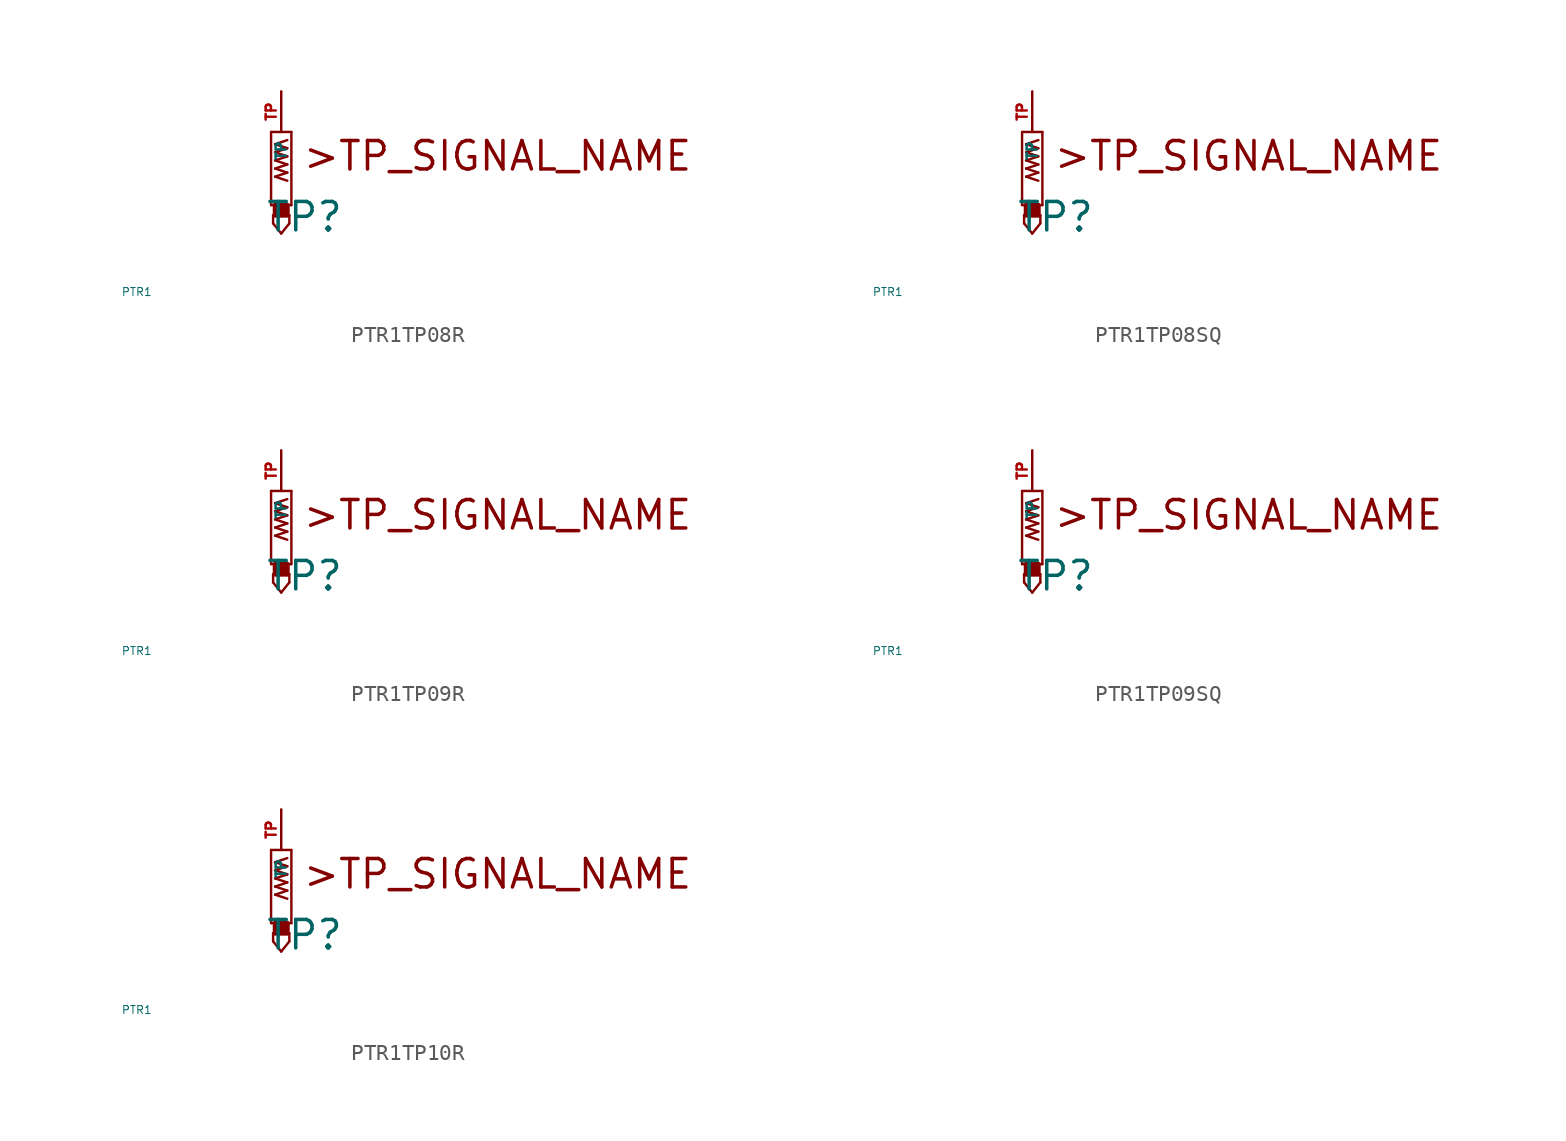
<source format=kicad_sym>
(kicad_symbol_lib
  (version 20220914)
  (generator Eagle2Kicad)
  (symbol "PTR1TP08R"
    (property "Reference" "TP"
      (at -1.016 -6.35 0)
      (effects (font (size 1.778 1.778) (thickness 0.22)) (justify left bottom)))
    (property "Value" "PTR1"
      (at -10 -10 0)
      (effects (font (size 0.5 0.5) (thickness 0.06)) (justify left)))
    (polyline
      (pts (xy 0.635 -4.572) (xy -0.635 -4.572))
      (stroke (width 0.152) (type default))
      (fill (type none)))
    (polyline
      (pts (xy 0.635 -4.572) (xy 0.635 0))
      (stroke (width 0.152) (type default))
      (fill (type none)))
    (polyline
      (pts (xy 0.635 0) (xy -0.635 0))
      (stroke (width 0.152) (type default))
      (fill (type none)))
    (polyline
      (pts (xy -0.635 0) (xy -0.635 -4.572))
      (stroke (width 0.152) (type default))
      (fill (type none)))
    (polyline
      (pts (xy 0.381 -3.048) (xy -0.381 -2.794))
      (stroke (width 0.152) (type default))
      (fill (type none)))
    (polyline
      (pts (xy -0.381 -2.794) (xy 0.381 -2.54))
      (stroke (width 0.152) (type default))
      (fill (type none)))
    (polyline
      (pts (xy 0.381 -2.54) (xy -0.381 -2.286))
      (stroke (width 0.152) (type default))
      (fill (type none)))
    (polyline
      (pts (xy -0.381 -2.286) (xy 0.381 -2.032))
      (stroke (width 0.152) (type default))
      (fill (type none)))
    (polyline
      (pts (xy 0.381 -2.032) (xy -0.381 -1.778))
      (stroke (width 0.152) (type default))
      (fill (type none)))
    (polyline
      (pts (xy -0.381 -1.778) (xy 0.381 -1.524))
      (stroke (width 0.152) (type default))
      (fill (type none)))
    (polyline
      (pts (xy 0.381 -1.524) (xy -0.381 -1.27))
      (stroke (width 0.152) (type default))
      (fill (type none)))
    (polyline
      (pts (xy -0.381 -1.27) (xy 0.381 -1.016))
      (stroke (width 0.152) (type default))
      (fill (type none)))
    (polyline
      (pts (xy 0.381 -1.016) (xy -0.381 -0.762))
      (stroke (width 0.152) (type default))
      (fill (type none)))
    (polyline
      (pts (xy -0.381 -0.762) (xy 0.381 -0.508))
      (stroke (width 0.152) (type default))
      (fill (type none)))
    (polyline
      (pts (xy 0.508 -5.207) (xy -0.508 -5.207))
      (stroke (width 0.152) (type default))
      (fill (type none)))
    (polyline
      (pts (xy -0.508 -5.207) (xy -0.508 -5.715))
      (stroke (width 0.152) (type default))
      (fill (type none)))
    (polyline
      (pts (xy -0.508 -5.715) (xy 0 -6.35))
      (stroke (width 0.152) (type default))
      (fill (type none)))
    (polyline
      (pts (xy 0 -6.35) (xy 0.508 -5.715))
      (stroke (width 0.152) (type default))
      (fill (type none)))
    (polyline
      (pts (xy 0.508 -5.715) (xy 0.508 -5.207))
      (stroke (width 0.152) (type default))
      (fill (type none)))
    (text ">TP_SIGNAL_NAME"
      (at 1.27 -2.54 0)
      (effects (font (size 1.778 1.778) (thickness 0.22)) (justify left bottom)))
    (rectangle
      (start -0.381 -5.207)
      (end 0.381 -4.572)
      (stroke (width 0.3) (type default))
      (fill (type outline)))
    (pin input line
      (at 0 2.54 270)
      (length 2.54)
      (name "TP" (effects (font (size 0.635 0.635) (thickness 0.08)) (justify left bottom)))
      (number "TP" (effects (font (size 0.635 0.635) (thickness 0.08)) (justify left bottom)))))
  (symbol "PTR1TP08SQ"
    (property "Reference" "TP"
      (at -1.016 -6.35 0)
      (effects (font (size 1.778 1.778) (thickness 0.22)) (justify left bottom)))
    (property "Value" "PTR1"
      (at -10 -10 0)
      (effects (font (size 0.5 0.5) (thickness 0.06)) (justify left)))
    (polyline
      (pts (xy 0.635 -4.572) (xy -0.635 -4.572))
      (stroke (width 0.152) (type default))
      (fill (type none)))
    (polyline
      (pts (xy 0.635 -4.572) (xy 0.635 0))
      (stroke (width 0.152) (type default))
      (fill (type none)))
    (polyline
      (pts (xy 0.635 0) (xy -0.635 0))
      (stroke (width 0.152) (type default))
      (fill (type none)))
    (polyline
      (pts (xy -0.635 0) (xy -0.635 -4.572))
      (stroke (width 0.152) (type default))
      (fill (type none)))
    (polyline
      (pts (xy 0.381 -3.048) (xy -0.381 -2.794))
      (stroke (width 0.152) (type default))
      (fill (type none)))
    (polyline
      (pts (xy -0.381 -2.794) (xy 0.381 -2.54))
      (stroke (width 0.152) (type default))
      (fill (type none)))
    (polyline
      (pts (xy 0.381 -2.54) (xy -0.381 -2.286))
      (stroke (width 0.152) (type default))
      (fill (type none)))
    (polyline
      (pts (xy -0.381 -2.286) (xy 0.381 -2.032))
      (stroke (width 0.152) (type default))
      (fill (type none)))
    (polyline
      (pts (xy 0.381 -2.032) (xy -0.381 -1.778))
      (stroke (width 0.152) (type default))
      (fill (type none)))
    (polyline
      (pts (xy -0.381 -1.778) (xy 0.381 -1.524))
      (stroke (width 0.152) (type default))
      (fill (type none)))
    (polyline
      (pts (xy 0.381 -1.524) (xy -0.381 -1.27))
      (stroke (width 0.152) (type default))
      (fill (type none)))
    (polyline
      (pts (xy -0.381 -1.27) (xy 0.381 -1.016))
      (stroke (width 0.152) (type default))
      (fill (type none)))
    (polyline
      (pts (xy 0.381 -1.016) (xy -0.381 -0.762))
      (stroke (width 0.152) (type default))
      (fill (type none)))
    (polyline
      (pts (xy -0.381 -0.762) (xy 0.381 -0.508))
      (stroke (width 0.152) (type default))
      (fill (type none)))
    (polyline
      (pts (xy 0.508 -5.207) (xy -0.508 -5.207))
      (stroke (width 0.152) (type default))
      (fill (type none)))
    (polyline
      (pts (xy -0.508 -5.207) (xy -0.508 -5.715))
      (stroke (width 0.152) (type default))
      (fill (type none)))
    (polyline
      (pts (xy -0.508 -5.715) (xy 0 -6.35))
      (stroke (width 0.152) (type default))
      (fill (type none)))
    (polyline
      (pts (xy 0 -6.35) (xy 0.508 -5.715))
      (stroke (width 0.152) (type default))
      (fill (type none)))
    (polyline
      (pts (xy 0.508 -5.715) (xy 0.508 -5.207))
      (stroke (width 0.152) (type default))
      (fill (type none)))
    (text ">TP_SIGNAL_NAME"
      (at 1.27 -2.54 0)
      (effects (font (size 1.778 1.778) (thickness 0.22)) (justify left bottom)))
    (rectangle
      (start -0.381 -5.207)
      (end 0.381 -4.572)
      (stroke (width 0.3) (type default))
      (fill (type outline)))
    (pin input line
      (at 0 2.54 270)
      (length 2.54)
      (name "TP" (effects (font (size 0.635 0.635) (thickness 0.08)) (justify left bottom)))
      (number "TP" (effects (font (size 0.635 0.635) (thickness 0.08)) (justify left bottom)))))
  (symbol "PTR1TP09R"
    (property "Reference" "TP"
      (at -1.016 -6.35 0)
      (effects (font (size 1.778 1.778) (thickness 0.22)) (justify left bottom)))
    (property "Value" "PTR1"
      (at -10 -10 0)
      (effects (font (size 0.5 0.5) (thickness 0.06)) (justify left)))
    (polyline
      (pts (xy 0.635 -4.572) (xy -0.635 -4.572))
      (stroke (width 0.152) (type default))
      (fill (type none)))
    (polyline
      (pts (xy 0.635 -4.572) (xy 0.635 0))
      (stroke (width 0.152) (type default))
      (fill (type none)))
    (polyline
      (pts (xy 0.635 0) (xy -0.635 0))
      (stroke (width 0.152) (type default))
      (fill (type none)))
    (polyline
      (pts (xy -0.635 0) (xy -0.635 -4.572))
      (stroke (width 0.152) (type default))
      (fill (type none)))
    (polyline
      (pts (xy 0.381 -3.048) (xy -0.381 -2.794))
      (stroke (width 0.152) (type default))
      (fill (type none)))
    (polyline
      (pts (xy -0.381 -2.794) (xy 0.381 -2.54))
      (stroke (width 0.152) (type default))
      (fill (type none)))
    (polyline
      (pts (xy 0.381 -2.54) (xy -0.381 -2.286))
      (stroke (width 0.152) (type default))
      (fill (type none)))
    (polyline
      (pts (xy -0.381 -2.286) (xy 0.381 -2.032))
      (stroke (width 0.152) (type default))
      (fill (type none)))
    (polyline
      (pts (xy 0.381 -2.032) (xy -0.381 -1.778))
      (stroke (width 0.152) (type default))
      (fill (type none)))
    (polyline
      (pts (xy -0.381 -1.778) (xy 0.381 -1.524))
      (stroke (width 0.152) (type default))
      (fill (type none)))
    (polyline
      (pts (xy 0.381 -1.524) (xy -0.381 -1.27))
      (stroke (width 0.152) (type default))
      (fill (type none)))
    (polyline
      (pts (xy -0.381 -1.27) (xy 0.381 -1.016))
      (stroke (width 0.152) (type default))
      (fill (type none)))
    (polyline
      (pts (xy 0.381 -1.016) (xy -0.381 -0.762))
      (stroke (width 0.152) (type default))
      (fill (type none)))
    (polyline
      (pts (xy -0.381 -0.762) (xy 0.381 -0.508))
      (stroke (width 0.152) (type default))
      (fill (type none)))
    (polyline
      (pts (xy 0.508 -5.207) (xy -0.508 -5.207))
      (stroke (width 0.152) (type default))
      (fill (type none)))
    (polyline
      (pts (xy -0.508 -5.207) (xy -0.508 -5.715))
      (stroke (width 0.152) (type default))
      (fill (type none)))
    (polyline
      (pts (xy -0.508 -5.715) (xy 0 -6.35))
      (stroke (width 0.152) (type default))
      (fill (type none)))
    (polyline
      (pts (xy 0 -6.35) (xy 0.508 -5.715))
      (stroke (width 0.152) (type default))
      (fill (type none)))
    (polyline
      (pts (xy 0.508 -5.715) (xy 0.508 -5.207))
      (stroke (width 0.152) (type default))
      (fill (type none)))
    (text ">TP_SIGNAL_NAME"
      (at 1.27 -2.54 0)
      (effects (font (size 1.778 1.778) (thickness 0.22)) (justify left bottom)))
    (rectangle
      (start -0.381 -5.207)
      (end 0.381 -4.572)
      (stroke (width 0.3) (type default))
      (fill (type outline)))
    (pin input line
      (at 0 2.54 270)
      (length 2.54)
      (name "TP" (effects (font (size 0.635 0.635) (thickness 0.08)) (justify left bottom)))
      (number "TP" (effects (font (size 0.635 0.635) (thickness 0.08)) (justify left bottom)))))
  (symbol "PTR1TP09SQ"
    (property "Reference" "TP"
      (at -1.016 -6.35 0)
      (effects (font (size 1.778 1.778) (thickness 0.22)) (justify left bottom)))
    (property "Value" "PTR1"
      (at -10 -10 0)
      (effects (font (size 0.5 0.5) (thickness 0.06)) (justify left)))
    (polyline
      (pts (xy 0.635 -4.572) (xy -0.635 -4.572))
      (stroke (width 0.152) (type default))
      (fill (type none)))
    (polyline
      (pts (xy 0.635 -4.572) (xy 0.635 0))
      (stroke (width 0.152) (type default))
      (fill (type none)))
    (polyline
      (pts (xy 0.635 0) (xy -0.635 0))
      (stroke (width 0.152) (type default))
      (fill (type none)))
    (polyline
      (pts (xy -0.635 0) (xy -0.635 -4.572))
      (stroke (width 0.152) (type default))
      (fill (type none)))
    (polyline
      (pts (xy 0.381 -3.048) (xy -0.381 -2.794))
      (stroke (width 0.152) (type default))
      (fill (type none)))
    (polyline
      (pts (xy -0.381 -2.794) (xy 0.381 -2.54))
      (stroke (width 0.152) (type default))
      (fill (type none)))
    (polyline
      (pts (xy 0.381 -2.54) (xy -0.381 -2.286))
      (stroke (width 0.152) (type default))
      (fill (type none)))
    (polyline
      (pts (xy -0.381 -2.286) (xy 0.381 -2.032))
      (stroke (width 0.152) (type default))
      (fill (type none)))
    (polyline
      (pts (xy 0.381 -2.032) (xy -0.381 -1.778))
      (stroke (width 0.152) (type default))
      (fill (type none)))
    (polyline
      (pts (xy -0.381 -1.778) (xy 0.381 -1.524))
      (stroke (width 0.152) (type default))
      (fill (type none)))
    (polyline
      (pts (xy 0.381 -1.524) (xy -0.381 -1.27))
      (stroke (width 0.152) (type default))
      (fill (type none)))
    (polyline
      (pts (xy -0.381 -1.27) (xy 0.381 -1.016))
      (stroke (width 0.152) (type default))
      (fill (type none)))
    (polyline
      (pts (xy 0.381 -1.016) (xy -0.381 -0.762))
      (stroke (width 0.152) (type default))
      (fill (type none)))
    (polyline
      (pts (xy -0.381 -0.762) (xy 0.381 -0.508))
      (stroke (width 0.152) (type default))
      (fill (type none)))
    (polyline
      (pts (xy 0.508 -5.207) (xy -0.508 -5.207))
      (stroke (width 0.152) (type default))
      (fill (type none)))
    (polyline
      (pts (xy -0.508 -5.207) (xy -0.508 -5.715))
      (stroke (width 0.152) (type default))
      (fill (type none)))
    (polyline
      (pts (xy -0.508 -5.715) (xy 0 -6.35))
      (stroke (width 0.152) (type default))
      (fill (type none)))
    (polyline
      (pts (xy 0 -6.35) (xy 0.508 -5.715))
      (stroke (width 0.152) (type default))
      (fill (type none)))
    (polyline
      (pts (xy 0.508 -5.715) (xy 0.508 -5.207))
      (stroke (width 0.152) (type default))
      (fill (type none)))
    (text ">TP_SIGNAL_NAME"
      (at 1.27 -2.54 0)
      (effects (font (size 1.778 1.778) (thickness 0.22)) (justify left bottom)))
    (rectangle
      (start -0.381 -5.207)
      (end 0.381 -4.572)
      (stroke (width 0.3) (type default))
      (fill (type outline)))
    (pin input line
      (at 0 2.54 270)
      (length 2.54)
      (name "TP" (effects (font (size 0.635 0.635) (thickness 0.08)) (justify left bottom)))
      (number "TP" (effects (font (size 0.635 0.635) (thickness 0.08)) (justify left bottom)))))
  (symbol "PTR1TP10R"
    (property "Reference" "TP"
      (at -1.016 -6.35 0)
      (effects (font (size 1.778 1.778) (thickness 0.22)) (justify left bottom)))
    (property "Value" "PTR1"
      (at -10 -10 0)
      (effects (font (size 0.5 0.5) (thickness 0.06)) (justify left)))
    (polyline
      (pts (xy 0.635 -4.572) (xy -0.635 -4.572))
      (stroke (width 0.152) (type default))
      (fill (type none)))
    (polyline
      (pts (xy 0.635 -4.572) (xy 0.635 0))
      (stroke (width 0.152) (type default))
      (fill (type none)))
    (polyline
      (pts (xy 0.635 0) (xy -0.635 0))
      (stroke (width 0.152) (type default))
      (fill (type none)))
    (polyline
      (pts (xy -0.635 0) (xy -0.635 -4.572))
      (stroke (width 0.152) (type default))
      (fill (type none)))
    (polyline
      (pts (xy 0.381 -3.048) (xy -0.381 -2.794))
      (stroke (width 0.152) (type default))
      (fill (type none)))
    (polyline
      (pts (xy -0.381 -2.794) (xy 0.381 -2.54))
      (stroke (width 0.152) (type default))
      (fill (type none)))
    (polyline
      (pts (xy 0.381 -2.54) (xy -0.381 -2.286))
      (stroke (width 0.152) (type default))
      (fill (type none)))
    (polyline
      (pts (xy -0.381 -2.286) (xy 0.381 -2.032))
      (stroke (width 0.152) (type default))
      (fill (type none)))
    (polyline
      (pts (xy 0.381 -2.032) (xy -0.381 -1.778))
      (stroke (width 0.152) (type default))
      (fill (type none)))
    (polyline
      (pts (xy -0.381 -1.778) (xy 0.381 -1.524))
      (stroke (width 0.152) (type default))
      (fill (type none)))
    (polyline
      (pts (xy 0.381 -1.524) (xy -0.381 -1.27))
      (stroke (width 0.152) (type default))
      (fill (type none)))
    (polyline
      (pts (xy -0.381 -1.27) (xy 0.381 -1.016))
      (stroke (width 0.152) (type default))
      (fill (type none)))
    (polyline
      (pts (xy 0.381 -1.016) (xy -0.381 -0.762))
      (stroke (width 0.152) (type default))
      (fill (type none)))
    (polyline
      (pts (xy -0.381 -0.762) (xy 0.381 -0.508))
      (stroke (width 0.152) (type default))
      (fill (type none)))
    (polyline
      (pts (xy 0.508 -5.207) (xy -0.508 -5.207))
      (stroke (width 0.152) (type default))
      (fill (type none)))
    (polyline
      (pts (xy -0.508 -5.207) (xy -0.508 -5.715))
      (stroke (width 0.152) (type default))
      (fill (type none)))
    (polyline
      (pts (xy -0.508 -5.715) (xy 0 -6.35))
      (stroke (width 0.152) (type default))
      (fill (type none)))
    (polyline
      (pts (xy 0 -6.35) (xy 0.508 -5.715))
      (stroke (width 0.152) (type default))
      (fill (type none)))
    (polyline
      (pts (xy 0.508 -5.715) (xy 0.508 -5.207))
      (stroke (width 0.152) (type default))
      (fill (type none)))
    (text ">TP_SIGNAL_NAME"
      (at 1.27 -2.54 0)
      (effects (font (size 1.778 1.778) (thickness 0.22)) (justify left bottom)))
    (rectangle
      (start -0.381 -5.207)
      (end 0.381 -4.572)
      (stroke (width 0.3) (type default))
      (fill (type outline)))
    (pin input line
      (at 0 2.54 270)
      (length 2.54)
      (name "TP" (effects (font (size 0.635 0.635) (thickness 0.08)) (justify left bottom)))
      (number "TP" (effects (font (size 0.635 0.635) (thickness 0.08)) (justify left bottom))))))
</source>
